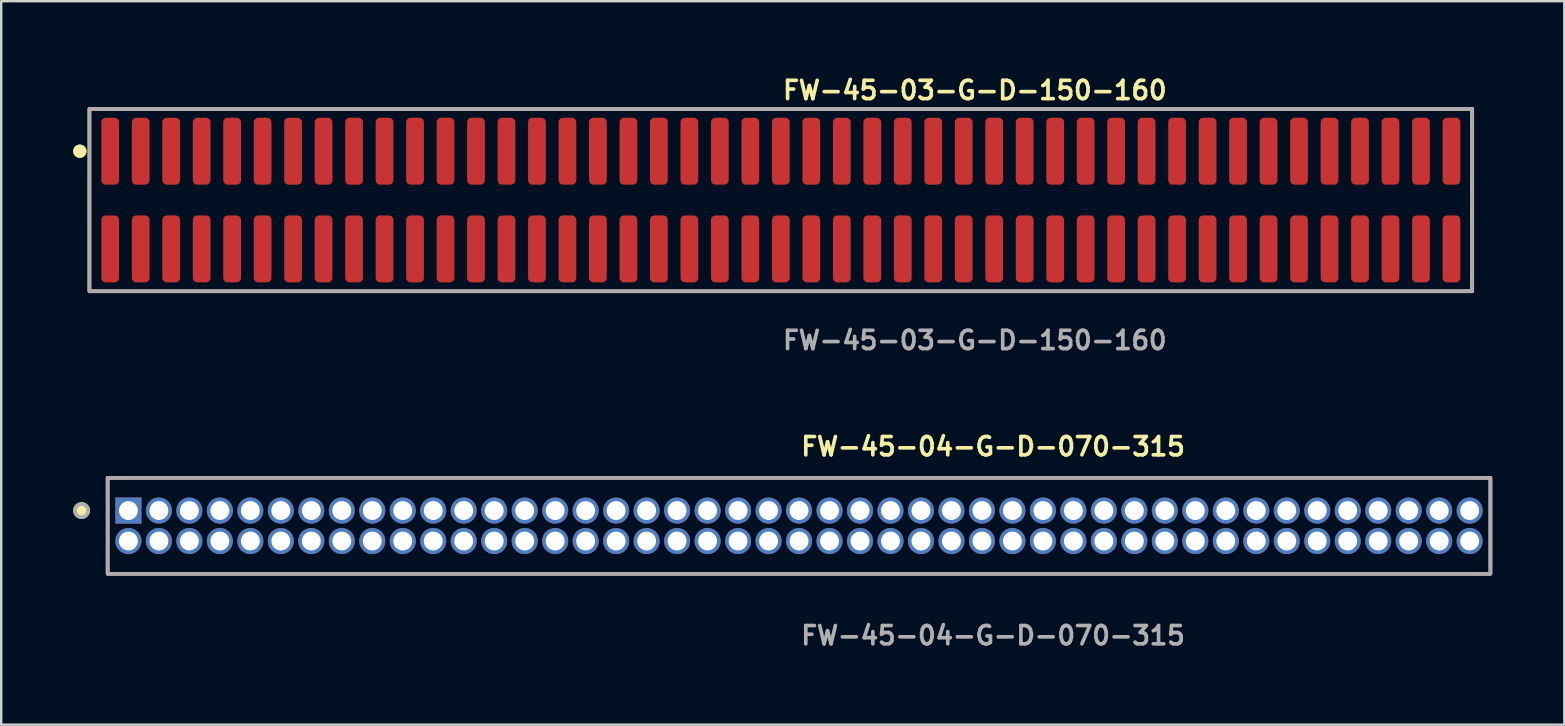
<source format=kicad_pcb>
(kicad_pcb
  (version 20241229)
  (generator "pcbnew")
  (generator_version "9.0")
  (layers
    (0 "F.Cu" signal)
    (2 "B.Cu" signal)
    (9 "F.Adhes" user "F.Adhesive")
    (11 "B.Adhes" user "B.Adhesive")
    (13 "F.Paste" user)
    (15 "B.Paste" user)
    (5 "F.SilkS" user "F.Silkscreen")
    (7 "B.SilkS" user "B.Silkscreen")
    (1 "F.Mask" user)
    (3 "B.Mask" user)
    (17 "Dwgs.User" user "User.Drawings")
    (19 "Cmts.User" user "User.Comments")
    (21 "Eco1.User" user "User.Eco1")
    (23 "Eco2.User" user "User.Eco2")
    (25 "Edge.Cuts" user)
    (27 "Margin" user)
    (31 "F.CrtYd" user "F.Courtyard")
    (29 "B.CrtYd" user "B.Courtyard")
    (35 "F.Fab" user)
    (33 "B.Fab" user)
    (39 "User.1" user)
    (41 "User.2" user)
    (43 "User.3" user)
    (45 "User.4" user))
  (footprint "FW-45-03-G-D-150-160"
    (layer "F.Cu")
    (at 29.481 5.285)
    (property "Reference" "FW-45-03-G-D-150-160" (at 0 -4.572 0) (unlocked yes) (layer "F.SilkS") (effects (font (size 0.762 0.762) (thickness 0.152)) (justify left)))
    (fp_rect (start -28.805 3.8) (end 28.805 -3.8) (stroke (width 0.152) (type solid)) (fill no) (layer "F.SilkS"))
    (fp_circle (center -29.205 -2.035) (end -29.405 -2.035) (stroke (width 0.152) (type solid)) (fill yes) (layer "F.SilkS"))
    (fp_circle (center -29.205 -2.035) (end -29.405 -2.035) (stroke (width 0.152) (type solid)) (fill yes) (layer "F.SilkS"))
    (fp_rect (start -28.805 3.8) (end 28.805 -3.8) (stroke (width 0.006) (type solid)) (fill no) (layer "F.CrtYd"))
    (fp_rect (start -28.805 3.8) (end 28.805 -3.8) (stroke (width 0.152) (type solid)) (fill no) (layer "F.Fab"))
    (fp_text user "${REFERENCE}" (at 0 5.842 0) (unlocked yes) (layer "F.Fab") (effects (font (size 0.762 0.762) (thickness 0.152)) (justify left)))
    (pad "1" smd roundrect (at -27.94 -2.035) (size 0.74 2.79) (layers "F.Cu" "F.Paste") (roundrect_rratio 0.25))
    (pad "2" smd roundrect (at -27.94 2.035) (size 0.74 2.79) (layers "F.Cu" "F.Paste") (roundrect_rratio 0.25))
    (pad "3" smd roundrect (at -26.67 -2.035) (size 0.74 2.79) (layers "F.Cu" "F.Paste") (roundrect_rratio 0.25))
    (pad "4" smd roundrect (at -26.67 2.035) (size 0.74 2.79) (layers "F.Cu" "F.Paste") (roundrect_rratio 0.25))
    (pad "5" smd roundrect (at -25.4 -2.035) (size 0.74 2.79) (layers "F.Cu" "F.Paste") (roundrect_rratio 0.25))
    (pad "6" smd roundrect (at -25.4 2.035) (size 0.74 2.79) (layers "F.Cu" "F.Paste") (roundrect_rratio 0.25))
    (pad "7" smd roundrect (at -24.13 -2.035) (size 0.74 2.79) (layers "F.Cu" "F.Paste") (roundrect_rratio 0.25))
    (pad "8" smd roundrect (at -24.13 2.035) (size 0.74 2.79) (layers "F.Cu" "F.Paste") (roundrect_rratio 0.25))
    (pad "9" smd roundrect (at -22.86 -2.035) (size 0.74 2.79) (layers "F.Cu" "F.Paste") (roundrect_rratio 0.25))
    (pad "10" smd roundrect (at -22.86 2.035) (size 0.74 2.79) (layers "F.Cu" "F.Paste") (roundrect_rratio 0.25))
    (pad "11" smd roundrect (at -21.59 -2.035) (size 0.74 2.79) (layers "F.Cu" "F.Paste") (roundrect_rratio 0.25))
    (pad "12" smd roundrect (at -21.59 2.035) (size 0.74 2.79) (layers "F.Cu" "F.Paste") (roundrect_rratio 0.25))
    (pad "13" smd roundrect (at -20.32 -2.035) (size 0.74 2.79) (layers "F.Cu" "F.Paste") (roundrect_rratio 0.25))
    (pad "14" smd roundrect (at -20.32 2.035) (size 0.74 2.79) (layers "F.Cu" "F.Paste") (roundrect_rratio 0.25))
    (pad "15" smd roundrect (at -19.05 -2.035) (size 0.74 2.79) (layers "F.Cu" "F.Paste") (roundrect_rratio 0.25))
    (pad "16" smd roundrect (at -19.05 2.035) (size 0.74 2.79) (layers "F.Cu" "F.Paste") (roundrect_rratio 0.25))
    (pad "17" smd roundrect (at -17.78 -2.035) (size 0.74 2.79) (layers "F.Cu" "F.Paste") (roundrect_rratio 0.25))
    (pad "18" smd roundrect (at -17.78 2.035) (size 0.74 2.79) (layers "F.Cu" "F.Paste") (roundrect_rratio 0.25))
    (pad "19" smd roundrect (at -16.51 -2.035) (size 0.74 2.79) (layers "F.Cu" "F.Paste") (roundrect_rratio 0.25))
    (pad "20" smd roundrect (at -16.51 2.035) (size 0.74 2.79) (layers "F.Cu" "F.Paste") (roundrect_rratio 0.25))
    (pad "21" smd roundrect (at -15.24 -2.035) (size 0.74 2.79) (layers "F.Cu" "F.Paste") (roundrect_rratio 0.25))
    (pad "22" smd roundrect (at -15.24 2.035) (size 0.74 2.79) (layers "F.Cu" "F.Paste") (roundrect_rratio 0.25))
    (pad "23" smd roundrect (at -13.97 -2.035) (size 0.74 2.79) (layers "F.Cu" "F.Paste") (roundrect_rratio 0.25))
    (pad "24" smd roundrect (at -13.97 2.035) (size 0.74 2.79) (layers "F.Cu" "F.Paste") (roundrect_rratio 0.25))
    (pad "25" smd roundrect (at -12.7 -2.035) (size 0.74 2.79) (layers "F.Cu" "F.Paste") (roundrect_rratio 0.25))
    (pad "26" smd roundrect (at -12.7 2.035) (size 0.74 2.79) (layers "F.Cu" "F.Paste") (roundrect_rratio 0.25))
    (pad "27" smd roundrect (at -11.43 -2.035) (size 0.74 2.79) (layers "F.Cu" "F.Paste") (roundrect_rratio 0.25))
    (pad "28" smd roundrect (at -11.43 2.035) (size 0.74 2.79) (layers "F.Cu" "F.Paste") (roundrect_rratio 0.25))
    (pad "29" smd roundrect (at -10.16 -2.035) (size 0.74 2.79) (layers "F.Cu" "F.Paste") (roundrect_rratio 0.25))
    (pad "30" smd roundrect (at -10.16 2.035) (size 0.74 2.79) (layers "F.Cu" "F.Paste") (roundrect_rratio 0.25))
    (pad "31" smd roundrect (at -8.89 -2.035) (size 0.74 2.79) (layers "F.Cu" "F.Paste") (roundrect_rratio 0.25))
    (pad "32" smd roundrect (at -8.89 2.035) (size 0.74 2.79) (layers "F.Cu" "F.Paste") (roundrect_rratio 0.25))
    (pad "33" smd roundrect (at -7.62 -2.035) (size 0.74 2.79) (layers "F.Cu" "F.Paste") (roundrect_rratio 0.25))
    (pad "34" smd roundrect (at -7.62 2.035) (size 0.74 2.79) (layers "F.Cu" "F.Paste") (roundrect_rratio 0.25))
    (pad "35" smd roundrect (at -6.35 -2.035) (size 0.74 2.79) (layers "F.Cu" "F.Paste") (roundrect_rratio 0.25))
    (pad "36" smd roundrect (at -6.35 2.035) (size 0.74 2.79) (layers "F.Cu" "F.Paste") (roundrect_rratio 0.25))
    (pad "37" smd roundrect (at -5.08 -2.035) (size 0.74 2.79) (layers "F.Cu" "F.Paste") (roundrect_rratio 0.25))
    (pad "38" smd roundrect (at -5.08 2.035) (size 0.74 2.79) (layers "F.Cu" "F.Paste") (roundrect_rratio 0.25))
    (pad "39" smd roundrect (at -3.81 -2.035) (size 0.74 2.79) (layers "F.Cu" "F.Paste") (roundrect_rratio 0.25))
    (pad "40" smd roundrect (at -3.81 2.035) (size 0.74 2.79) (layers "F.Cu" "F.Paste") (roundrect_rratio 0.25))
    (pad "41" smd roundrect (at -2.54 -2.035) (size 0.74 2.79) (layers "F.Cu" "F.Paste") (roundrect_rratio 0.25))
    (pad "42" smd roundrect (at -2.54 2.035) (size 0.74 2.79) (layers "F.Cu" "F.Paste") (roundrect_rratio 0.25))
    (pad "43" smd roundrect (at -1.27 -2.035) (size 0.74 2.79) (layers "F.Cu" "F.Paste") (roundrect_rratio 0.25))
    (pad "44" smd roundrect (at -1.27 2.035) (size 0.74 2.79) (layers "F.Cu" "F.Paste") (roundrect_rratio 0.25))
    (pad "45" smd roundrect (at 0 -2.035) (size 0.74 2.79) (layers "F.Cu" "F.Paste") (roundrect_rratio 0.25))
    (pad "46" smd roundrect (at 0 2.035) (size 0.74 2.79) (layers "F.Cu" "F.Paste") (roundrect_rratio 0.25))
    (pad "47" smd roundrect (at 1.27 -2.035) (size 0.74 2.79) (layers "F.Cu" "F.Paste") (roundrect_rratio 0.25))
    (pad "48" smd roundrect (at 1.27 2.035) (size 0.74 2.79) (layers "F.Cu" "F.Paste") (roundrect_rratio 0.25))
    (pad "49" smd roundrect (at 2.54 -2.035) (size 0.74 2.79) (layers "F.Cu" "F.Paste") (roundrect_rratio 0.25))
    (pad "50" smd roundrect (at 2.54 2.035) (size 0.74 2.79) (layers "F.Cu" "F.Paste") (roundrect_rratio 0.25))
    (pad "51" smd roundrect (at 3.81 -2.035) (size 0.74 2.79) (layers "F.Cu" "F.Paste") (roundrect_rratio 0.25))
    (pad "52" smd roundrect (at 3.81 2.035) (size 0.74 2.79) (layers "F.Cu" "F.Paste") (roundrect_rratio 0.25))
    (pad "53" smd roundrect (at 5.08 -2.035) (size 0.74 2.79) (layers "F.Cu" "F.Paste") (roundrect_rratio 0.25))
    (pad "54" smd roundrect (at 5.08 2.035) (size 0.74 2.79) (layers "F.Cu" "F.Paste") (roundrect_rratio 0.25))
    (pad "55" smd roundrect (at 6.35 -2.035) (size 0.74 2.79) (layers "F.Cu" "F.Paste") (roundrect_rratio 0.25))
    (pad "56" smd roundrect (at 6.35 2.035) (size 0.74 2.79) (layers "F.Cu" "F.Paste") (roundrect_rratio 0.25))
    (pad "57" smd roundrect (at 7.62 -2.035) (size 0.74 2.79) (layers "F.Cu" "F.Paste") (roundrect_rratio 0.25))
    (pad "58" smd roundrect (at 7.62 2.035) (size 0.74 2.79) (layers "F.Cu" "F.Paste") (roundrect_rratio 0.25))
    (pad "59" smd roundrect (at 8.89 -2.035) (size 0.74 2.79) (layers "F.Cu" "F.Paste") (roundrect_rratio 0.25))
    (pad "60" smd roundrect (at 8.89 2.035) (size 0.74 2.79) (layers "F.Cu" "F.Paste") (roundrect_rratio 0.25))
    (pad "61" smd roundrect (at 10.16 -2.035) (size 0.74 2.79) (layers "F.Cu" "F.Paste") (roundrect_rratio 0.25))
    (pad "62" smd roundrect (at 10.16 2.035) (size 0.74 2.79) (layers "F.Cu" "F.Paste") (roundrect_rratio 0.25))
    (pad "63" smd roundrect (at 11.43 -2.035) (size 0.74 2.79) (layers "F.Cu" "F.Paste") (roundrect_rratio 0.25))
    (pad "64" smd roundrect (at 11.43 2.035) (size 0.74 2.79) (layers "F.Cu" "F.Paste") (roundrect_rratio 0.25))
    (pad "65" smd roundrect (at 12.7 -2.035) (size 0.74 2.79) (layers "F.Cu" "F.Paste") (roundrect_rratio 0.25))
    (pad "66" smd roundrect (at 12.7 2.035) (size 0.74 2.79) (layers "F.Cu" "F.Paste") (roundrect_rratio 0.25))
    (pad "67" smd roundrect (at 13.97 -2.035) (size 0.74 2.79) (layers "F.Cu" "F.Paste") (roundrect_rratio 0.25))
    (pad "68" smd roundrect (at 13.97 2.035) (size 0.74 2.79) (layers "F.Cu" "F.Paste") (roundrect_rratio 0.25))
    (pad "69" smd roundrect (at 15.24 -2.035) (size 0.74 2.79) (layers "F.Cu" "F.Paste") (roundrect_rratio 0.25))
    (pad "70" smd roundrect (at 15.24 2.035) (size 0.74 2.79) (layers "F.Cu" "F.Paste") (roundrect_rratio 0.25))
    (pad "71" smd roundrect (at 16.51 -2.035) (size 0.74 2.79) (layers "F.Cu" "F.Paste") (roundrect_rratio 0.25))
    (pad "72" smd roundrect (at 16.51 2.035) (size 0.74 2.79) (layers "F.Cu" "F.Paste") (roundrect_rratio 0.25))
    (pad "73" smd roundrect (at 17.78 -2.035) (size 0.74 2.79) (layers "F.Cu" "F.Paste") (roundrect_rratio 0.25))
    (pad "74" smd roundrect (at 17.78 2.035) (size 0.74 2.79) (layers "F.Cu" "F.Paste") (roundrect_rratio 0.25))
    (pad "75" smd roundrect (at 19.05 -2.035) (size 0.74 2.79) (layers "F.Cu" "F.Paste") (roundrect_rratio 0.25))
    (pad "76" smd roundrect (at 19.05 2.035) (size 0.74 2.79) (layers "F.Cu" "F.Paste") (roundrect_rratio 0.25))
    (pad "77" smd roundrect (at 20.32 -2.035) (size 0.74 2.79) (layers "F.Cu" "F.Paste") (roundrect_rratio 0.25))
    (pad "78" smd roundrect (at 20.32 2.035) (size 0.74 2.79) (layers "F.Cu" "F.Paste") (roundrect_rratio 0.25))
    (pad "79" smd roundrect (at 21.59 -2.035) (size 0.74 2.79) (layers "F.Cu" "F.Paste") (roundrect_rratio 0.25))
    (pad "80" smd roundrect (at 21.59 2.035) (size 0.74 2.79) (layers "F.Cu" "F.Paste") (roundrect_rratio 0.25))
    (pad "81" smd roundrect (at 22.86 -2.035) (size 0.74 2.79) (layers "F.Cu" "F.Paste") (roundrect_rratio 0.25))
    (pad "82" smd roundrect (at 22.86 2.035) (size 0.74 2.79) (layers "F.Cu" "F.Paste") (roundrect_rratio 0.25))
    (pad "83" smd roundrect (at 24.13 -2.035) (size 0.74 2.79) (layers "F.Cu" "F.Paste") (roundrect_rratio 0.25))
    (pad "84" smd roundrect (at 24.13 2.035) (size 0.74 2.79) (layers "F.Cu" "F.Paste") (roundrect_rratio 0.25))
    (pad "85" smd roundrect (at 25.4 -2.035) (size 0.74 2.79) (layers "F.Cu" "F.Paste") (roundrect_rratio 0.25))
    (pad "86" smd roundrect (at 25.4 2.035) (size 0.74 2.79) (layers "F.Cu" "F.Paste") (roundrect_rratio 0.25))
    (pad "87" smd roundrect (at 26.67 -2.035) (size 0.74 2.79) (layers "F.Cu" "F.Paste") (roundrect_rratio 0.25))
    (pad "88" smd roundrect (at 26.67 2.035) (size 0.74 2.79) (layers "F.Cu" "F.Paste") (roundrect_rratio 0.25))
    (pad "89" smd roundrect (at 27.94 -2.035) (size 0.74 2.79) (layers "F.Cu" "F.Paste") (roundrect_rratio 0.25))
    (pad "90" smd roundrect (at 27.94 2.035) (size 0.74 2.79) (layers "F.Cu" "F.Paste") (roundrect_rratio 0.25)))
  (footprint "FW-45-04-G-D-070-315"
    (layer "F.Cu")
    (at 30.24 18.856)
    (property "Reference" "FW-45-04-G-D-070-315" (at 0 -3.302 0) (unlocked yes) (layer "F.SilkS") (effects (font (size 0.762 0.762) (thickness 0.152)) (justify left)))
    (fp_rect (start -28.805 2) (end 28.805 -2) (stroke (width 0.152) (type solid)) (fill no) (layer "F.SilkS"))
    (fp_circle (center -29.892 -0.635) (end -30.164 -0.635) (stroke (width 0.152) (type solid)) (fill yes) (layer "F.SilkS"))
    (fp_rect (start -28.805 2) (end 28.805 -2) (stroke (width 0.006) (type solid)) (fill no) (layer "F.CrtYd"))
    (fp_rect (start -28.805 2) (end 28.805 -2) (stroke (width 0.152) (type solid)) (fill no) (layer "F.Fab"))
    (fp_circle (center -29.892 -0.635) (end -30.164 -0.635) (stroke (width 0.152) (type solid)) (fill no) (layer "F.Fab"))
    (fp_text user "${REFERENCE}" (at 0 4.572 0) (unlocked yes) (layer "F.Fab") (effects (font (size 0.762 0.762) (thickness 0.152)) (justify left)))
    (pad "1" thru_hole rect (at -27.94 -0.635) (size 1.087 1.087) (drill 0.787) (layers "*.Cu" "*.Mask"))
    (pad "2" thru_hole circle (at -27.94 0.635) (size 1.087 1.087) (drill 0.787) (layers "*.Cu" "*.Mask"))
    (pad "3" thru_hole circle (at -26.67 -0.635) (size 1.087 1.087) (drill 0.787) (layers "*.Cu" "*.Mask"))
    (pad "4" thru_hole circle (at -26.67 0.635) (size 1.087 1.087) (drill 0.787) (layers "*.Cu" "*.Mask"))
    (pad "5" thru_hole circle (at -25.4 -0.635) (size 1.087 1.087) (drill 0.787) (layers "*.Cu" "*.Mask"))
    (pad "6" thru_hole circle (at -25.4 0.635) (size 1.087 1.087) (drill 0.787) (layers "*.Cu" "*.Mask"))
    (pad "7" thru_hole circle (at -24.13 -0.635) (size 1.087 1.087) (drill 0.787) (layers "*.Cu" "*.Mask"))
    (pad "8" thru_hole circle (at -24.13 0.635) (size 1.087 1.087) (drill 0.787) (layers "*.Cu" "*.Mask"))
    (pad "9" thru_hole circle (at -22.86 -0.635) (size 1.087 1.087) (drill 0.787) (layers "*.Cu" "*.Mask"))
    (pad "10" thru_hole circle (at -22.86 0.635) (size 1.087 1.087) (drill 0.787) (layers "*.Cu" "*.Mask"))
    (pad "11" thru_hole circle (at -21.59 -0.635) (size 1.087 1.087) (drill 0.787) (layers "*.Cu" "*.Mask"))
    (pad "12" thru_hole circle (at -21.59 0.635) (size 1.087 1.087) (drill 0.787) (layers "*.Cu" "*.Mask"))
    (pad "13" thru_hole circle (at -20.32 -0.635) (size 1.087 1.087) (drill 0.787) (layers "*.Cu" "*.Mask"))
    (pad "14" thru_hole circle (at -20.32 0.635) (size 1.087 1.087) (drill 0.787) (layers "*.Cu" "*.Mask"))
    (pad "15" thru_hole circle (at -19.05 -0.635) (size 1.087 1.087) (drill 0.787) (layers "*.Cu" "*.Mask"))
    (pad "16" thru_hole circle (at -19.05 0.635) (size 1.087 1.087) (drill 0.787) (layers "*.Cu" "*.Mask"))
    (pad "17" thru_hole circle (at -17.78 -0.635) (size 1.087 1.087) (drill 0.787) (layers "*.Cu" "*.Mask"))
    (pad "18" thru_hole circle (at -17.78 0.635) (size 1.087 1.087) (drill 0.787) (layers "*.Cu" "*.Mask"))
    (pad "19" thru_hole circle (at -16.51 -0.635) (size 1.087 1.087) (drill 0.787) (layers "*.Cu" "*.Mask"))
    (pad "20" thru_hole circle (at -16.51 0.635) (size 1.087 1.087) (drill 0.787) (layers "*.Cu" "*.Mask"))
    (pad "21" thru_hole circle (at -15.24 -0.635) (size 1.087 1.087) (drill 0.787) (layers "*.Cu" "*.Mask"))
    (pad "22" thru_hole circle (at -15.24 0.635) (size 1.087 1.087) (drill 0.787) (layers "*.Cu" "*.Mask"))
    (pad "23" thru_hole circle (at -13.97 -0.635) (size 1.087 1.087) (drill 0.787) (layers "*.Cu" "*.Mask"))
    (pad "24" thru_hole circle (at -13.97 0.635) (size 1.087 1.087) (drill 0.787) (layers "*.Cu" "*.Mask"))
    (pad "25" thru_hole circle (at -12.7 -0.635) (size 1.087 1.087) (drill 0.787) (layers "*.Cu" "*.Mask"))
    (pad "26" thru_hole circle (at -12.7 0.635) (size 1.087 1.087) (drill 0.787) (layers "*.Cu" "*.Mask"))
    (pad "27" thru_hole circle (at -11.43 -0.635) (size 1.087 1.087) (drill 0.787) (layers "*.Cu" "*.Mask"))
    (pad "28" thru_hole circle (at -11.43 0.635) (size 1.087 1.087) (drill 0.787) (layers "*.Cu" "*.Mask"))
    (pad "29" thru_hole circle (at -10.16 -0.635) (size 1.087 1.087) (drill 0.787) (layers "*.Cu" "*.Mask"))
    (pad "30" thru_hole circle (at -10.16 0.635) (size 1.087 1.087) (drill 0.787) (layers "*.Cu" "*.Mask"))
    (pad "31" thru_hole circle (at -8.89 -0.635) (size 1.087 1.087) (drill 0.787) (layers "*.Cu" "*.Mask"))
    (pad "32" thru_hole circle (at -8.89 0.635) (size 1.087 1.087) (drill 0.787) (layers "*.Cu" "*.Mask"))
    (pad "33" thru_hole circle (at -7.62 -0.635) (size 1.087 1.087) (drill 0.787) (layers "*.Cu" "*.Mask"))
    (pad "34" thru_hole circle (at -7.62 0.635) (size 1.087 1.087) (drill 0.787) (layers "*.Cu" "*.Mask"))
    (pad "35" thru_hole circle (at -6.35 -0.635) (size 1.087 1.087) (drill 0.787) (layers "*.Cu" "*.Mask"))
    (pad "36" thru_hole circle (at -6.35 0.635) (size 1.087 1.087) (drill 0.787) (layers "*.Cu" "*.Mask"))
    (pad "37" thru_hole circle (at -5.08 -0.635) (size 1.087 1.087) (drill 0.787) (layers "*.Cu" "*.Mask"))
    (pad "38" thru_hole circle (at -5.08 0.635) (size 1.087 1.087) (drill 0.787) (layers "*.Cu" "*.Mask"))
    (pad "39" thru_hole circle (at -3.81 -0.635) (size 1.087 1.087) (drill 0.787) (layers "*.Cu" "*.Mask"))
    (pad "40" thru_hole circle (at -3.81 0.635) (size 1.087 1.087) (drill 0.787) (layers "*.Cu" "*.Mask"))
    (pad "41" thru_hole circle (at -2.54 -0.635) (size 1.087 1.087) (drill 0.787) (layers "*.Cu" "*.Mask"))
    (pad "42" thru_hole circle (at -2.54 0.635) (size 1.087 1.087) (drill 0.787) (layers "*.Cu" "*.Mask"))
    (pad "43" thru_hole circle (at -1.27 -0.635) (size 1.087 1.087) (drill 0.787) (layers "*.Cu" "*.Mask"))
    (pad "44" thru_hole circle (at -1.27 0.635) (size 1.087 1.087) (drill 0.787) (layers "*.Cu" "*.Mask"))
    (pad "45" thru_hole circle (at 0 -0.635) (size 1.087 1.087) (drill 0.787) (layers "*.Cu" "*.Mask"))
    (pad "46" thru_hole circle (at 0 0.635) (size 1.087 1.087) (drill 0.787) (layers "*.Cu" "*.Mask"))
    (pad "47" thru_hole circle (at 1.27 -0.635) (size 1.087 1.087) (drill 0.787) (layers "*.Cu" "*.Mask"))
    (pad "48" thru_hole circle (at 1.27 0.635) (size 1.087 1.087) (drill 0.787) (layers "*.Cu" "*.Mask"))
    (pad "49" thru_hole circle (at 2.54 -0.635) (size 1.087 1.087) (drill 0.787) (layers "*.Cu" "*.Mask"))
    (pad "50" thru_hole circle (at 2.54 0.635) (size 1.087 1.087) (drill 0.787) (layers "*.Cu" "*.Mask"))
    (pad "51" thru_hole circle (at 3.81 -0.635) (size 1.087 1.087) (drill 0.787) (layers "*.Cu" "*.Mask"))
    (pad "52" thru_hole circle (at 3.81 0.635) (size 1.087 1.087) (drill 0.787) (layers "*.Cu" "*.Mask"))
    (pad "53" thru_hole circle (at 5.08 -0.635) (size 1.087 1.087) (drill 0.787) (layers "*.Cu" "*.Mask"))
    (pad "54" thru_hole circle (at 5.08 0.635) (size 1.087 1.087) (drill 0.787) (layers "*.Cu" "*.Mask"))
    (pad "55" thru_hole circle (at 6.35 -0.635) (size 1.087 1.087) (drill 0.787) (layers "*.Cu" "*.Mask"))
    (pad "56" thru_hole circle (at 6.35 0.635) (size 1.087 1.087) (drill 0.787) (layers "*.Cu" "*.Mask"))
    (pad "57" thru_hole circle (at 7.62 -0.635) (size 1.087 1.087) (drill 0.787) (layers "*.Cu" "*.Mask"))
    (pad "58" thru_hole circle (at 7.62 0.635) (size 1.087 1.087) (drill 0.787) (layers "*.Cu" "*.Mask"))
    (pad "59" thru_hole circle (at 8.89 -0.635) (size 1.087 1.087) (drill 0.787) (layers "*.Cu" "*.Mask"))
    (pad "60" thru_hole circle (at 8.89 0.635) (size 1.087 1.087) (drill 0.787) (layers "*.Cu" "*.Mask"))
    (pad "61" thru_hole circle (at 10.16 -0.635) (size 1.087 1.087) (drill 0.787) (layers "*.Cu" "*.Mask"))
    (pad "62" thru_hole circle (at 10.16 0.635) (size 1.087 1.087) (drill 0.787) (layers "*.Cu" "*.Mask"))
    (pad "63" thru_hole circle (at 11.43 -0.635) (size 1.087 1.087) (drill 0.787) (layers "*.Cu" "*.Mask"))
    (pad "64" thru_hole circle (at 11.43 0.635) (size 1.087 1.087) (drill 0.787) (layers "*.Cu" "*.Mask"))
    (pad "65" thru_hole circle (at 12.7 -0.635) (size 1.087 1.087) (drill 0.787) (layers "*.Cu" "*.Mask"))
    (pad "66" thru_hole circle (at 12.7 0.635) (size 1.087 1.087) (drill 0.787) (layers "*.Cu" "*.Mask"))
    (pad "67" thru_hole circle (at 13.97 -0.635) (size 1.087 1.087) (drill 0.787) (layers "*.Cu" "*.Mask"))
    (pad "68" thru_hole circle (at 13.97 0.635) (size 1.087 1.087) (drill 0.787) (layers "*.Cu" "*.Mask"))
    (pad "69" thru_hole circle (at 15.24 -0.635) (size 1.087 1.087) (drill 0.787) (layers "*.Cu" "*.Mask"))
    (pad "70" thru_hole circle (at 15.24 0.635) (size 1.087 1.087) (drill 0.787) (layers "*.Cu" "*.Mask"))
    (pad "71" thru_hole circle (at 16.51 -0.635) (size 1.087 1.087) (drill 0.787) (layers "*.Cu" "*.Mask"))
    (pad "72" thru_hole circle (at 16.51 0.635) (size 1.087 1.087) (drill 0.787) (layers "*.Cu" "*.Mask"))
    (pad "73" thru_hole circle (at 17.78 -0.635) (size 1.087 1.087) (drill 0.787) (layers "*.Cu" "*.Mask"))
    (pad "74" thru_hole circle (at 17.78 0.635) (size 1.087 1.087) (drill 0.787) (layers "*.Cu" "*.Mask"))
    (pad "75" thru_hole circle (at 19.05 -0.635) (size 1.087 1.087) (drill 0.787) (layers "*.Cu" "*.Mask"))
    (pad "76" thru_hole circle (at 19.05 0.635) (size 1.087 1.087) (drill 0.787) (layers "*.Cu" "*.Mask"))
    (pad "77" thru_hole circle (at 20.32 -0.635) (size 1.087 1.087) (drill 0.787) (layers "*.Cu" "*.Mask"))
    (pad "78" thru_hole circle (at 20.32 0.635) (size 1.087 1.087) (drill 0.787) (layers "*.Cu" "*.Mask"))
    (pad "79" thru_hole circle (at 21.59 -0.635) (size 1.087 1.087) (drill 0.787) (layers "*.Cu" "*.Mask"))
    (pad "80" thru_hole circle (at 21.59 0.635) (size 1.087 1.087) (drill 0.787) (layers "*.Cu" "*.Mask"))
    (pad "81" thru_hole circle (at 22.86 -0.635) (size 1.087 1.087) (drill 0.787) (layers "*.Cu" "*.Mask"))
    (pad "82" thru_hole circle (at 22.86 0.635) (size 1.087 1.087) (drill 0.787) (layers "*.Cu" "*.Mask"))
    (pad "83" thru_hole circle (at 24.13 -0.635) (size 1.087 1.087) (drill 0.787) (layers "*.Cu" "*.Mask"))
    (pad "84" thru_hole circle (at 24.13 0.635) (size 1.087 1.087) (drill 0.787) (layers "*.Cu" "*.Mask"))
    (pad "85" thru_hole circle (at 25.4 -0.635) (size 1.087 1.087) (drill 0.787) (layers "*.Cu" "*.Mask"))
    (pad "86" thru_hole circle (at 25.4 0.635) (size 1.087 1.087) (drill 0.787) (layers "*.Cu" "*.Mask"))
    (pad "87" thru_hole circle (at 26.67 -0.635) (size 1.087 1.087) (drill 0.787) (layers "*.Cu" "*.Mask"))
    (pad "88" thru_hole circle (at 26.67 0.635) (size 1.087 1.087) (drill 0.787) (layers "*.Cu" "*.Mask"))
    (pad "89" thru_hole circle (at 27.94 -0.635) (size 1.087 1.087) (drill 0.787) (layers "*.Cu" "*.Mask"))
    (pad "90" thru_hole circle (at 27.94 0.635) (size 1.087 1.087) (drill 0.787) (layers "*.Cu" "*.Mask")))
  (gr_rect
    (start -3 -3)
    (end 62.122 27.141)
    (stroke (width 0.1) (type default))
    (fill no)
    (layer "Edge.Cuts")))
</source>
